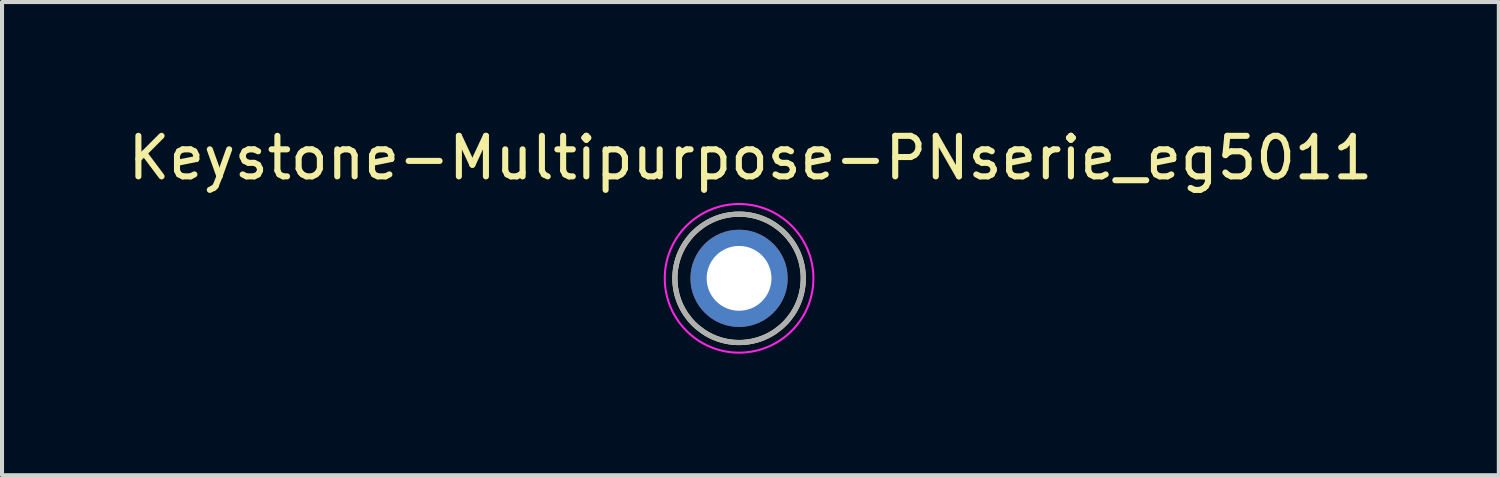
<source format=kicad_pcb>
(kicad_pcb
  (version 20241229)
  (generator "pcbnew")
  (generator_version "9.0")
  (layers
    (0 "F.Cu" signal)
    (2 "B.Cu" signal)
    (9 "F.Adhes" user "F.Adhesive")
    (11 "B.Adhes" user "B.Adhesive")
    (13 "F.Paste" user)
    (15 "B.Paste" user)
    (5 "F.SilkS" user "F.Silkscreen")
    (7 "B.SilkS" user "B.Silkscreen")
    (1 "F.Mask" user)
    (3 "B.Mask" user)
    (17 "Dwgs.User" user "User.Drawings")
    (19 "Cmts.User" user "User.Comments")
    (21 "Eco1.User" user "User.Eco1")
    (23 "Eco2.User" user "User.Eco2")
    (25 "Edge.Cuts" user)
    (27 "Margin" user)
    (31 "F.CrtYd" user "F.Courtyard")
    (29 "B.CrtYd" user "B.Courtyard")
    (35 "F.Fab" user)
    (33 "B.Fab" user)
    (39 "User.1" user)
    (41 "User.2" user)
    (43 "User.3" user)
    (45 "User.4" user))
  (footprint "Keystone-Multipurpose-PNserie_eg5011"
    (layer "F.Cu")
    (at 15.197 3.822)
    (property "Reference" "Keystone-Multipurpose-PNserie_eg5011" (at 0.28 -2.973 0) (layer "F.SilkS") (effects (font (size 1.001 1.001) (thickness 0.15))))
    (attr through_hole)
    (fp_circle (center 0 0) (end 1.585 0) (stroke (width 0.127) (type solid)) (fill no) (layer "F.SilkS"))
    (fp_circle (center 0 0) (end 1.835 0) (stroke (width 0.05) (type solid)) (fill no) (layer "F.CrtYd"))
    (fp_circle (center 0 0) (end 1.585 0) (stroke (width 0.127) (type solid)) (fill no) (layer "F.Fab"))
    (pad "TP" thru_hole circle (at 0 0) (size 2.4 2.4) (drill 1.6) (layers "*.Cu" "*.Mask")))
  (gr_rect
    (start -3 -3)
    (end 33.954 8.682)
    (stroke (width 0.1) (type default))
    (fill no)
    (layer "Edge.Cuts")))
</source>
